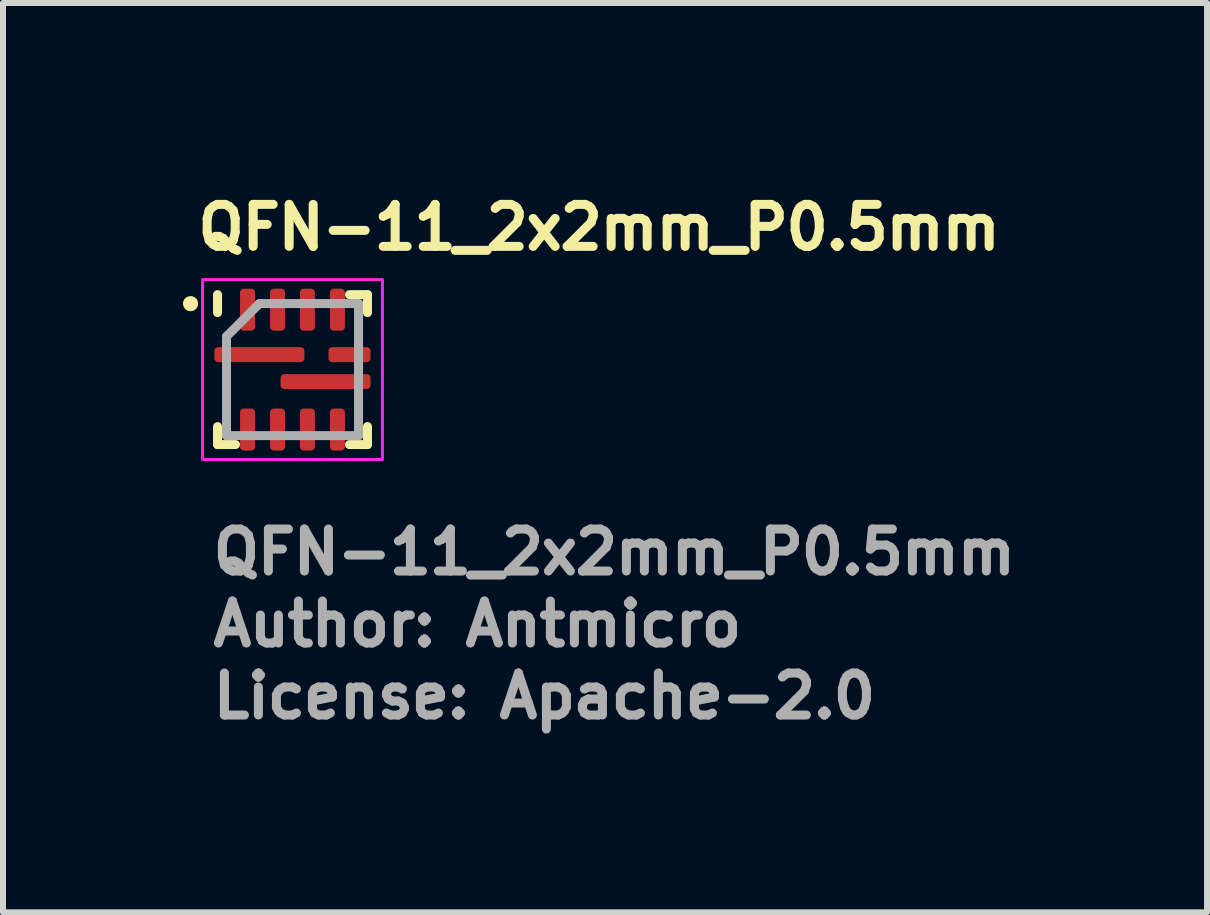
<source format=kicad_pcb>
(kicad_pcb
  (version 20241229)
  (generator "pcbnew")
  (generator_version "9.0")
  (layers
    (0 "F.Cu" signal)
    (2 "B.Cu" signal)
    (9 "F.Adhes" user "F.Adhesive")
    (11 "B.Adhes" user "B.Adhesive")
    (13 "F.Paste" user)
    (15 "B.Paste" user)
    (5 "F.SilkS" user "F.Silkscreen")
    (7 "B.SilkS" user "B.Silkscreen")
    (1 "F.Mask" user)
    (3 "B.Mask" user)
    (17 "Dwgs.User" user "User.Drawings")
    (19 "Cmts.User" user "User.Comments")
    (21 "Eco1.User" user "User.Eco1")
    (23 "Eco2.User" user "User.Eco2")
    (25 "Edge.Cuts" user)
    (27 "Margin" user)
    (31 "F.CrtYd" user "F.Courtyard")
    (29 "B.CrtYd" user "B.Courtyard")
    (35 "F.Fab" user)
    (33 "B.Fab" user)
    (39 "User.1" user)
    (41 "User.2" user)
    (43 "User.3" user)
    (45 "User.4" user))
  (footprint "QFN-11_2x2mm_P0.5mm"
    (layer "F.Cu")
    (at 1.826 3.111)
    (property "Reference" "QFN-11_2x2mm_P0.5mm" (at -1.655 -1.961 0) (unlocked yes) (layer "F.SilkS") (effects (font (size 0.7 0.7) (thickness 0.15)) (justify left bottom)))
    (attr smd)
    (fp_line (start -1.25 -0.951) (end -1.25 -1.25) (stroke (width 0.15) (type solid)) (layer "F.SilkS"))
    (fp_line (start -1.25 1.249) (end -1.25 0.949) (stroke (width 0.15) (type solid)) (layer "F.SilkS"))
    (fp_line (start -0.951 1.249) (end -1.25 1.249) (stroke (width 0.15) (type solid)) (layer "F.SilkS"))
    (fp_line (start 0.949 -1.25) (end 1.249 -1.25) (stroke (width 0.15) (type solid)) (layer "F.SilkS"))
    (fp_line (start 1.249 -1.25) (end 1.249 -0.951) (stroke (width 0.15) (type solid)) (layer "F.SilkS"))
    (fp_line (start 1.249 0.949) (end 1.249 1.249) (stroke (width 0.15) (type solid)) (layer "F.SilkS"))
    (fp_line (start 1.249 1.249) (end 0.949 1.249) (stroke (width 0.15) (type solid)) (layer "F.SilkS"))
    (fp_circle (center -1.7 -1.1) (end -1.649 -1.1) (stroke (width 0.15) (type solid)) (fill yes) (layer "F.SilkS"))
    (fp_rect (start -1.5 -1.5) (end 1.498 1.498) (stroke (width 0.05) (type solid)) (fill no) (layer "F.CrtYd"))
    (fp_line (start -1.101 1.1) (end -1.101 -0.552) (stroke (width 0.15) (type solid)) (layer "F.Fab"))
    (fp_line (start -0.552 -1.101) (end -1.101 -0.552) (stroke (width 0.15) (type solid)) (layer "F.Fab"))
    (fp_line (start -0.552 -1.101) (end 1.1 -1.101) (stroke (width 0.15) (type solid)) (layer "F.Fab"))
    (fp_line (start 1.1 -1.101) (end 1.1 1.1) (stroke (width 0.15) (type solid)) (layer "F.Fab"))
    (fp_line (start 1.1 1.1) (end -1.101 1.1) (stroke (width 0.15) (type solid)) (layer "F.Fab"))
    (fp_rect (start -1 -1) (end 0.998 0.998) (stroke (width 0.1) (type solid)) (fill no) (layer "User.5"))
    (fp_line (start -1 -1) (end -1 0.998) (stroke (width 0.02) (type solid)) (layer "User.9"))
    (fp_line (start -1 0.998) (end 0.998 0.998) (stroke (width 0.02) (type solid)) (layer "User.9"))
    (fp_line (start -0.826 -0.669) (end -0.826 -0.663) (stroke (width 0.02) (type solid)) (layer "User.9"))
    (fp_line (start -0.826 -0.663) (end -0.826 -0.657) (stroke (width 0.02) (type solid)) (layer "User.9"))
    (fp_line (start -0.826 -0.657) (end -0.826 -0.652) (stroke (width 0.02) (type solid)) (layer "User.9"))
    (fp_line (start -0.826 -0.652) (end -0.826 -0.639) (stroke (width 0.02) (type solid)) (layer "User.9"))
    (fp_line (start -0.826 -0.639) (end -0.825 -0.627) (stroke (width 0.02) (type solid)) (layer "User.9"))
    (fp_line (start -0.825 -0.675) (end -0.826 -0.669) (stroke (width 0.02) (type solid)) (layer "User.9"))
    (fp_line (start -0.825 -0.627) (end -0.823 -0.616) (stroke (width 0.02) (type solid)) (layer "User.9"))
    (fp_line (start -0.824 -0.68) (end -0.825 -0.675) (stroke (width 0.02) (type solid)) (layer "User.9"))
    (fp_line (start -0.823 -0.686) (end -0.824 -0.68) (stroke (width 0.02) (type solid)) (layer "User.9"))
    (fp_line (start -0.823 -0.616) (end -0.82 -0.605) (stroke (width 0.02) (type solid)) (layer "User.9"))
    (fp_line (start -0.822 -0.692) (end -0.823 -0.686) (stroke (width 0.02) (type solid)) (layer "User.9"))
    (fp_line (start -0.82 -0.697) (end -0.822 -0.692) (stroke (width 0.02) (type solid)) (layer "User.9"))
    (fp_line (start -0.82 -0.605) (end -0.817 -0.594) (stroke (width 0.02) (type solid)) (layer "User.9"))
    (fp_line (start -0.819 -0.703) (end -0.82 -0.697) (stroke (width 0.02) (type solid)) (layer "User.9"))
    (fp_line (start -0.817 -0.707) (end -0.819 -0.703) (stroke (width 0.02) (type solid)) (layer "User.9"))
    (fp_line (start -0.817 -0.594) (end -0.813 -0.583) (stroke (width 0.02) (type solid)) (layer "User.9"))
    (fp_line (start -0.815 -0.712) (end -0.817 -0.707) (stroke (width 0.02) (type solid)) (layer "User.9"))
    (fp_line (start -0.813 -0.718) (end -0.815 -0.712) (stroke (width 0.02) (type solid)) (layer "User.9"))
    (fp_line (start -0.813 -0.583) (end -0.808 -0.574) (stroke (width 0.02) (type solid)) (layer "User.9"))
    (fp_line (start -0.811 -0.723) (end -0.813 -0.718) (stroke (width 0.02) (type solid)) (layer "User.9"))
    (fp_line (start -0.808 -0.728) (end -0.811 -0.723) (stroke (width 0.02) (type solid)) (layer "User.9"))
    (fp_line (start -0.808 -0.574) (end -0.803 -0.564) (stroke (width 0.02) (type solid)) (layer "User.9"))
    (fp_line (start -0.806 -0.733) (end -0.808 -0.728) (stroke (width 0.02) (type solid)) (layer "User.9"))
    (fp_line (start -0.803 -0.738) (end -0.806 -0.733) (stroke (width 0.02) (type solid)) (layer "User.9"))
    (fp_line (start -0.803 -0.564) (end -0.797 -0.554) (stroke (width 0.02) (type solid)) (layer "User.9"))
    (fp_line (start -0.8 -0.743) (end -0.803 -0.738) (stroke (width 0.02) (type solid)) (layer "User.9"))
    (fp_line (start -0.797 -0.748) (end -0.8 -0.743) (stroke (width 0.02) (type solid)) (layer "User.9"))
    (fp_line (start -0.797 -0.554) (end -0.79 -0.545) (stroke (width 0.02) (type solid)) (layer "User.9"))
    (fp_line (start -0.794 -0.752) (end -0.797 -0.748) (stroke (width 0.02) (type solid)) (layer "User.9"))
    (fp_line (start -0.79 -0.757) (end -0.794 -0.752) (stroke (width 0.02) (type solid)) (layer "User.9"))
    (fp_line (start -0.79 -0.545) (end -0.783 -0.536) (stroke (width 0.02) (type solid)) (layer "User.9"))
    (fp_line (start -0.787 -0.761) (end -0.79 -0.757) (stroke (width 0.02) (type solid)) (layer "User.9"))
    (fp_line (start -0.783 -0.766) (end -0.787 -0.761) (stroke (width 0.02) (type solid)) (layer "User.9"))
    (fp_line (start -0.783 -0.536) (end -0.776 -0.528) (stroke (width 0.02) (type solid)) (layer "User.9"))
    (fp_line (start -0.779 -0.771) (end -0.783 -0.766) (stroke (width 0.02) (type solid)) (layer "User.9"))
    (fp_line (start -0.776 -0.775) (end -0.779 -0.771) (stroke (width 0.02) (type solid)) (layer "User.9"))
    (fp_line (start -0.776 -0.528) (end -0.766 -0.52) (stroke (width 0.02) (type solid)) (layer "User.9"))
    (fp_line (start -0.771 -0.779) (end -0.776 -0.775) (stroke (width 0.02) (type solid)) (layer "User.9"))
    (fp_line (start -0.766 -0.783) (end -0.771 -0.779) (stroke (width 0.02) (type solid)) (layer "User.9"))
    (fp_line (start -0.766 -0.52) (end -0.757 -0.512) (stroke (width 0.02) (type solid)) (layer "User.9"))
    (fp_line (start -0.762 -0.787) (end -0.766 -0.783) (stroke (width 0.02) (type solid)) (layer "User.9"))
    (fp_line (start -0.757 -0.79) (end -0.762 -0.787) (stroke (width 0.02) (type solid)) (layer "User.9"))
    (fp_line (start -0.757 -0.512) (end -0.748 -0.505) (stroke (width 0.02) (type solid)) (layer "User.9"))
    (fp_line (start -0.753 -0.794) (end -0.757 -0.79) (stroke (width 0.02) (type solid)) (layer "User.9"))
    (fp_line (start -0.748 -0.797) (end -0.753 -0.794) (stroke (width 0.02) (type solid)) (layer "User.9"))
    (fp_line (start -0.748 -0.505) (end -0.738 -0.499) (stroke (width 0.02) (type solid)) (layer "User.9"))
    (fp_line (start -0.743 -0.8) (end -0.748 -0.797) (stroke (width 0.02) (type solid)) (layer "User.9"))
    (fp_line (start -0.738 -0.803) (end -0.743 -0.8) (stroke (width 0.02) (type solid)) (layer "User.9"))
    (fp_line (start -0.738 -0.803) (end -0.738 -0.803) (stroke (width 0.02) (type solid)) (layer "User.9"))
    (fp_line (start -0.738 -0.499) (end -0.738 -0.499) (stroke (width 0.02) (type solid)) (layer "User.9"))
    (fp_line (start -0.738 -0.499) (end -0.728 -0.493) (stroke (width 0.02) (type solid)) (layer "User.9"))
    (fp_line (start -0.728 -0.809) (end -0.738 -0.803) (stroke (width 0.02) (type solid)) (layer "User.9"))
    (fp_line (start -0.728 -0.493) (end -0.717 -0.489) (stroke (width 0.02) (type solid)) (layer "User.9"))
    (fp_line (start -0.717 -0.813) (end -0.728 -0.809) (stroke (width 0.02) (type solid)) (layer "User.9"))
    (fp_line (start -0.717 -0.489) (end -0.706 -0.485) (stroke (width 0.02) (type solid)) (layer "User.9"))
    (fp_line (start -0.706 -0.817) (end -0.717 -0.813) (stroke (width 0.02) (type solid)) (layer "User.9"))
    (fp_line (start -0.706 -0.485) (end -0.696 -0.481) (stroke (width 0.02) (type solid)) (layer "User.9"))
    (fp_line (start -0.696 -0.821) (end -0.706 -0.817) (stroke (width 0.02) (type solid)) (layer "User.9"))
    (fp_line (start -0.696 -0.481) (end -0.685 -0.48) (stroke (width 0.02) (type solid)) (layer "User.9"))
    (fp_line (start -0.685 -0.823) (end -0.696 -0.821) (stroke (width 0.02) (type solid)) (layer "User.9"))
    (fp_line (start -0.685 -0.48) (end -0.674 -0.478) (stroke (width 0.02) (type solid)) (layer "User.9"))
    (fp_line (start -0.674 -0.825) (end -0.685 -0.823) (stroke (width 0.02) (type solid)) (layer "User.9"))
    (fp_line (start -0.674 -0.478) (end -0.663 -0.477) (stroke (width 0.02) (type solid)) (layer "User.9"))
    (fp_line (start -0.663 -0.826) (end -0.674 -0.825) (stroke (width 0.02) (type solid)) (layer "User.9"))
    (fp_line (start -0.663 -0.477) (end -0.652 -0.476) (stroke (width 0.02) (type solid)) (layer "User.9"))
    (fp_line (start -0.652 -0.826) (end -0.663 -0.826) (stroke (width 0.02) (type solid)) (layer "User.9"))
    (fp_line (start -0.652 -0.476) (end -0.639 -0.477) (stroke (width 0.02) (type solid)) (layer "User.9"))
    (fp_line (start -0.639 -0.826) (end -0.652 -0.826) (stroke (width 0.02) (type solid)) (layer "User.9"))
    (fp_line (start -0.639 -0.477) (end -0.628 -0.478) (stroke (width 0.02) (type solid)) (layer "User.9"))
    (fp_line (start -0.628 -0.825) (end -0.639 -0.826) (stroke (width 0.02) (type solid)) (layer "User.9"))
    (fp_line (start -0.628 -0.478) (end -0.617 -0.48) (stroke (width 0.02) (type solid)) (layer "User.9"))
    (fp_line (start -0.617 -0.823) (end -0.628 -0.825) (stroke (width 0.02) (type solid)) (layer "User.9"))
    (fp_line (start -0.617 -0.48) (end -0.606 -0.481) (stroke (width 0.02) (type solid)) (layer "User.9"))
    (fp_line (start -0.606 -0.821) (end -0.617 -0.823) (stroke (width 0.02) (type solid)) (layer "User.9"))
    (fp_line (start -0.606 -0.481) (end -0.595 -0.485) (stroke (width 0.02) (type solid)) (layer "User.9"))
    (fp_line (start -0.595 -0.817) (end -0.606 -0.821) (stroke (width 0.02) (type solid)) (layer "User.9"))
    (fp_line (start -0.595 -0.485) (end -0.584 -0.489) (stroke (width 0.02) (type solid)) (layer "User.9"))
    (fp_line (start -0.584 -0.813) (end -0.595 -0.817) (stroke (width 0.02) (type solid)) (layer "User.9"))
    (fp_line (start -0.584 -0.489) (end -0.574 -0.493) (stroke (width 0.02) (type solid)) (layer "User.9"))
    (fp_line (start -0.574 -0.809) (end -0.584 -0.813) (stroke (width 0.02) (type solid)) (layer "User.9"))
    (fp_line (start -0.574 -0.493) (end -0.564 -0.499) (stroke (width 0.02) (type solid)) (layer "User.9"))
    (fp_line (start -0.564 -0.803) (end -0.574 -0.809) (stroke (width 0.02) (type solid)) (layer "User.9"))
    (fp_line (start -0.564 -0.803) (end -0.564 -0.803) (stroke (width 0.02) (type solid)) (layer "User.9"))
    (fp_line (start -0.564 -0.499) (end -0.564 -0.499) (stroke (width 0.02) (type solid)) (layer "User.9"))
    (fp_line (start -0.564 -0.499) (end -0.559 -0.502) (stroke (width 0.02) (type solid)) (layer "User.9"))
    (fp_line (start -0.559 -0.502) (end -0.554 -0.505) (stroke (width 0.02) (type solid)) (layer "User.9"))
    (fp_line (start -0.554 -0.797) (end -0.564 -0.803) (stroke (width 0.02) (type solid)) (layer "User.9"))
    (fp_line (start -0.554 -0.505) (end -0.549 -0.508) (stroke (width 0.02) (type solid)) (layer "User.9"))
    (fp_line (start -0.549 -0.508) (end -0.545 -0.512) (stroke (width 0.02) (type solid)) (layer "User.9"))
    (fp_line (start -0.545 -0.79) (end -0.554 -0.797) (stroke (width 0.02) (type solid)) (layer "User.9"))
    (fp_line (start -0.545 -0.512) (end -0.54 -0.516) (stroke (width 0.02) (type solid)) (layer "User.9"))
    (fp_line (start -0.54 -0.516) (end -0.536 -0.52) (stroke (width 0.02) (type solid)) (layer "User.9"))
    (fp_line (start -0.536 -0.783) (end -0.545 -0.79) (stroke (width 0.02) (type solid)) (layer "User.9"))
    (fp_line (start -0.536 -0.52) (end -0.532 -0.524) (stroke (width 0.02) (type solid)) (layer "User.9"))
    (fp_line (start -0.532 -0.524) (end -0.527 -0.528) (stroke (width 0.02) (type solid)) (layer "User.9"))
    (fp_line (start -0.527 -0.775) (end -0.536 -0.783) (stroke (width 0.02) (type solid)) (layer "User.9"))
    (fp_line (start -0.527 -0.528) (end -0.524 -0.532) (stroke (width 0.02) (type solid)) (layer "User.9"))
    (fp_line (start -0.524 -0.532) (end -0.52 -0.536) (stroke (width 0.02) (type solid)) (layer "User.9"))
    (fp_line (start -0.52 -0.766) (end -0.527 -0.775) (stroke (width 0.02) (type solid)) (layer "User.9"))
    (fp_line (start -0.52 -0.536) (end -0.516 -0.541) (stroke (width 0.02) (type solid)) (layer "User.9"))
    (fp_line (start -0.516 -0.541) (end -0.512 -0.545) (stroke (width 0.02) (type solid)) (layer "User.9"))
    (fp_line (start -0.512 -0.757) (end -0.52 -0.766) (stroke (width 0.02) (type solid)) (layer "User.9"))
    (fp_line (start -0.512 -0.545) (end -0.508 -0.55) (stroke (width 0.02) (type solid)) (layer "User.9"))
    (fp_line (start -0.508 -0.55) (end -0.505 -0.554) (stroke (width 0.02) (type solid)) (layer "User.9"))
    (fp_line (start -0.505 -0.748) (end -0.512 -0.757) (stroke (width 0.02) (type solid)) (layer "User.9"))
    (fp_line (start -0.505 -0.554) (end -0.502 -0.559) (stroke (width 0.02) (type solid)) (layer "User.9"))
    (fp_line (start -0.502 -0.559) (end -0.499 -0.564) (stroke (width 0.02) (type solid)) (layer "User.9"))
    (fp_line (start -0.499 -0.738) (end -0.505 -0.748) (stroke (width 0.02) (type solid)) (layer "User.9"))
    (fp_line (start -0.499 -0.564) (end -0.496 -0.569) (stroke (width 0.02) (type solid)) (layer "User.9"))
    (fp_line (start -0.496 -0.569) (end -0.494 -0.574) (stroke (width 0.02) (type solid)) (layer "User.9"))
    (fp_line (start -0.494 -0.728) (end -0.499 -0.738) (stroke (width 0.02) (type solid)) (layer "User.9"))
    (fp_line (start -0.494 -0.574) (end -0.491 -0.578) (stroke (width 0.02) (type solid)) (layer "User.9"))
    (fp_line (start -0.491 -0.578) (end -0.489 -0.583) (stroke (width 0.02) (type solid)) (layer "User.9"))
    (fp_line (start -0.489 -0.718) (end -0.494 -0.728) (stroke (width 0.02) (type solid)) (layer "User.9"))
    (fp_line (start -0.489 -0.583) (end -0.487 -0.589) (stroke (width 0.02) (type solid)) (layer "User.9"))
    (fp_line (start -0.487 -0.589) (end -0.485 -0.594) (stroke (width 0.02) (type solid)) (layer "User.9"))
    (fp_line (start -0.485 -0.707) (end -0.489 -0.718) (stroke (width 0.02) (type solid)) (layer "User.9"))
    (fp_line (start -0.485 -0.594) (end -0.483 -0.599) (stroke (width 0.02) (type solid)) (layer "User.9"))
    (fp_line (start -0.483 -0.599) (end -0.482 -0.605) (stroke (width 0.02) (type solid)) (layer "User.9"))
    (fp_line (start -0.482 -0.697) (end -0.485 -0.707) (stroke (width 0.02) (type solid)) (layer "User.9"))
    (fp_line (start -0.482 -0.605) (end -0.48 -0.61) (stroke (width 0.02) (type solid)) (layer "User.9"))
    (fp_line (start -0.48 -0.686) (end -0.482 -0.697) (stroke (width 0.02) (type solid)) (layer "User.9"))
    (fp_line (start -0.48 -0.616) (end -0.479 -0.622) (stroke (width 0.02) (type solid)) (layer "User.9"))
    (fp_line (start -0.48 -0.61) (end -0.48 -0.616) (stroke (width 0.02) (type solid)) (layer "User.9"))
    (fp_line (start -0.479 -0.622) (end -0.478 -0.627) (stroke (width 0.02) (type solid)) (layer "User.9"))
    (fp_line (start -0.478 -0.675) (end -0.48 -0.686) (stroke (width 0.02) (type solid)) (layer "User.9"))
    (fp_line (start -0.478 -0.627) (end -0.477 -0.633) (stroke (width 0.02) (type solid)) (layer "User.9"))
    (fp_line (start -0.477 -0.663) (end -0.478 -0.675) (stroke (width 0.02) (type solid)) (layer "User.9"))
    (fp_line (start -0.477 -0.646) (end -0.476 -0.652) (stroke (width 0.02) (type solid)) (layer "User.9"))
    (fp_line (start -0.477 -0.639) (end -0.477 -0.646) (stroke (width 0.02) (type solid)) (layer "User.9"))
    (fp_line (start -0.477 -0.633) (end -0.477 -0.639) (stroke (width 0.02) (type solid)) (layer "User.9"))
    (fp_line (start -0.476 -0.652) (end -0.477 -0.663) (stroke (width 0.02) (type solid)) (layer "User.9"))
    (fp_line (start 0.998 -1) (end -1 -1) (stroke (width 0.02) (type solid)) (layer "User.9"))
    (fp_line (start 0.998 0.998) (end 0.998 -1) (stroke (width 0.02) (type solid)) (layer "User.9"))
    (fp_text user "License: Apache-2.0" (at -1.401 5.85 0) (layer "F.Fab") (effects (font (size 0.7 0.7) (thickness 0.15)) (justify left bottom)))
    (fp_text user "${REFERENCE}" (at -1.401 3.45 0) (layer "F.Fab") (effects (font (size 0.7 0.7) (thickness 0.15)) (justify left bottom)))
    (fp_text user "Author: Antmicro" (at -1.401 4.65 0) (layer "F.Fab") (effects (font (size 0.7 0.7) (thickness 0.15)) (justify left bottom)))
    (pad "1" smd roundrect (at -0.552 -0.25 180) (size 1.5 0.25) (layers "F.Cu" "F.Mask" "F.Paste") (roundrect_rratio 0.25))
    (pad "2" smd roundrect (at -0.75 0.998 90) (size 0.7 0.25) (layers "F.Cu" "F.Mask" "F.Paste") (roundrect_rratio 0.25))
    (pad "3" smd roundrect (at -0.25 0.998 90) (size 0.7 0.25) (layers "F.Cu" "F.Mask" "F.Paste") (roundrect_rratio 0.25))
    (pad "4" smd roundrect (at 0.248 0.998 90) (size 0.7 0.25) (layers "F.Cu" "F.Mask" "F.Paste") (roundrect_rratio 0.25))
    (pad "5" smd roundrect (at 0.748 0.998 90) (size 0.7 0.25) (layers "F.Cu" "F.Mask" "F.Paste") (roundrect_rratio 0.25))
    (pad "6" smd roundrect (at 0.55 0.2 180) (size 1.5 0.25) (layers "F.Cu" "F.Mask" "F.Paste") (roundrect_rratio 0.25))
    (pad "7" smd roundrect (at 0.949 -0.25 180) (size 0.7 0.25) (layers "F.Cu" "F.Mask" "F.Paste") (roundrect_rratio 0.25))
    (pad "8" smd roundrect (at 0.748 -1 90) (size 0.7 0.25) (layers "F.Cu" "F.Mask" "F.Paste") (roundrect_rratio 0.25))
    (pad "9" smd roundrect (at 0.248 -1 90) (size 0.7 0.25) (layers "F.Cu" "F.Mask" "F.Paste") (roundrect_rratio 0.25))
    (pad "10" smd roundrect (at -0.25 -1 90) (size 0.7 0.25) (layers "F.Cu" "F.Mask" "F.Paste") (roundrect_rratio 0.25))
    (pad "11" smd roundrect (at -0.75 -1 90) (size 0.7 0.25) (layers "F.Cu" "F.Mask" "F.Paste") (roundrect_rratio 0.25)))
  (gr_rect
    (start -3 -3)
    (end 17.068 12.156)
    (stroke (width 0.1) (type default))
    (fill no)
    (layer "Edge.Cuts")))
</source>
